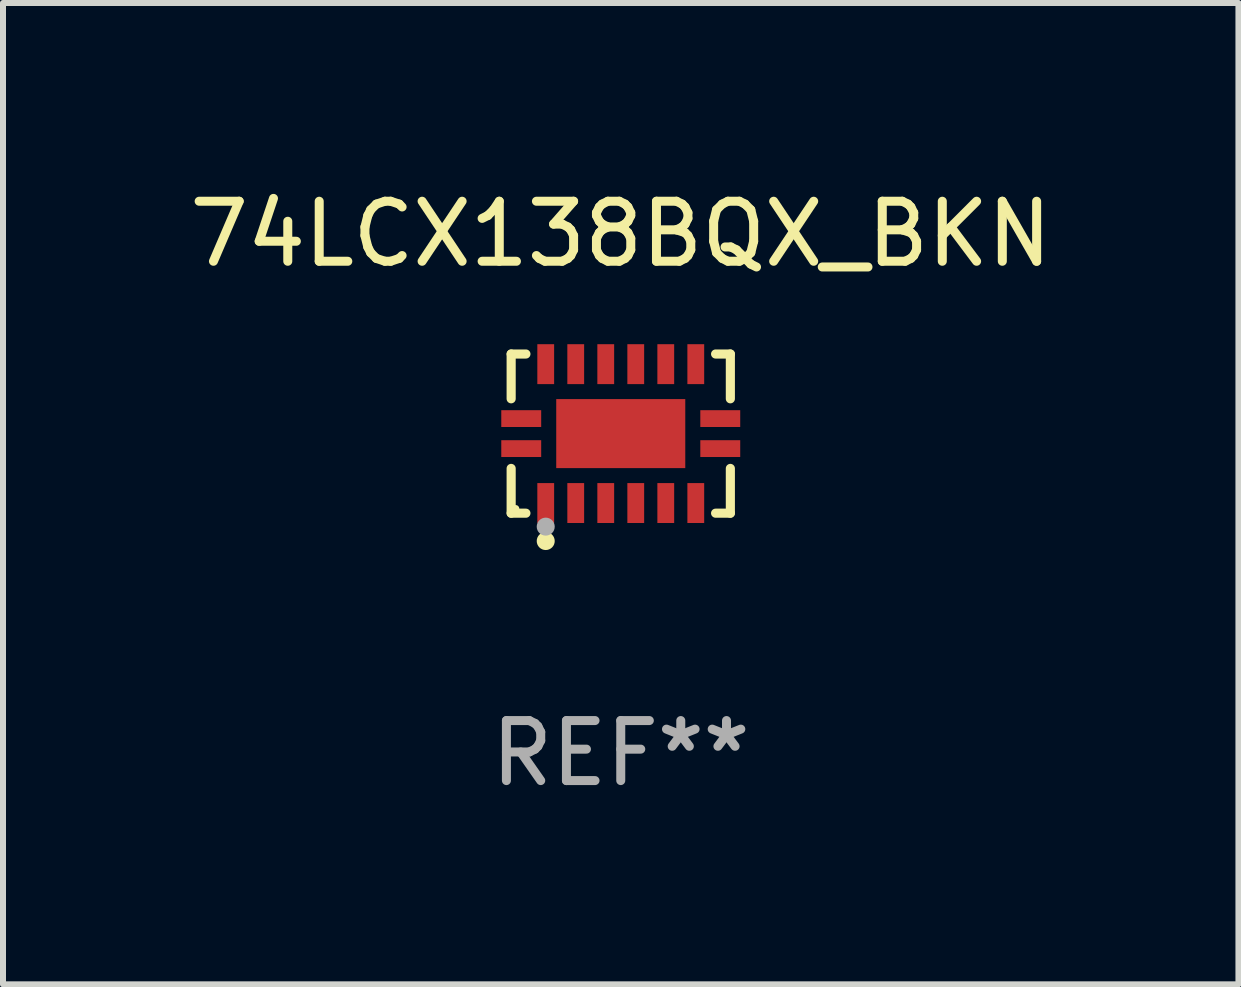
<source format=kicad_pcb>
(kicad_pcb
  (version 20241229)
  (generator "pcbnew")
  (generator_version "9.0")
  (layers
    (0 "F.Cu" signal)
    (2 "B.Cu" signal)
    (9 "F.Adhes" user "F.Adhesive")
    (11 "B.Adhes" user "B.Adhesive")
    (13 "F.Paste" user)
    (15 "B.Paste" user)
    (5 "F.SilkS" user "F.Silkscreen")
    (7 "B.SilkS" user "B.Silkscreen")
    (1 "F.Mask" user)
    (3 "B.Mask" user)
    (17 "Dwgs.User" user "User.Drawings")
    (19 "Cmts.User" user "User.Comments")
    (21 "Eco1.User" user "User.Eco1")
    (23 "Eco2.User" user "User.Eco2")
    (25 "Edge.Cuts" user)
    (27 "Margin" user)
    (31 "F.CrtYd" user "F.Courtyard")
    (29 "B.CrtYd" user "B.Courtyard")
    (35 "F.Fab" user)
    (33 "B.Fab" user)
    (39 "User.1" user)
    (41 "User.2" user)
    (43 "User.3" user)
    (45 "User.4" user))
  (footprint "74LCX138BQX_BKN"
    (layer "F.Cu")
    (at 7.292 4.174)
    (property "Reference" "74LCX138BQX_BKN" (at 0 -3.326 0) (layer "F.SilkS") (effects (font (size 1 1) (thickness 0.15))))
    (attr through_hole)
    (fp_line (start -1.826 -1.326) (end -1.58 -1.326) (stroke (width 0.152) (type solid)) (layer "F.SilkS"))
    (fp_line (start -1.826 -0.58) (end -1.826 -1.326) (stroke (width 0.152) (type solid)) (layer "F.SilkS"))
    (fp_line (start -1.826 0.58) (end -1.826 1.326) (stroke (width 0.152) (type solid)) (layer "F.SilkS"))
    (fp_line (start -1.826 1.326) (end -1.58 1.326) (stroke (width 0.152) (type solid)) (layer "F.SilkS"))
    (fp_line (start 1.826 -1.326) (end 1.58 -1.326) (stroke (width 0.152) (type solid)) (layer "F.SilkS"))
    (fp_line (start 1.826 -0.58) (end 1.826 -1.326) (stroke (width 0.152) (type solid)) (layer "F.SilkS"))
    (fp_line (start 1.826 0.58) (end 1.826 1.326) (stroke (width 0.152) (type solid)) (layer "F.SilkS"))
    (fp_line (start 1.826 1.326) (end 1.58 1.326) (stroke (width 0.152) (type solid)) (layer "F.SilkS"))
    (fp_circle (center -1.75 1.25) (end -1.72 1.25) (stroke (width 0.06) (type solid)) (fill no) (layer "F.SilkS"))
    (fp_circle (center -1.25 1.79) (end -1.175 1.79) (stroke (width 0.15) (type solid)) (fill no) (layer "F.SilkS"))
    (fp_circle (center -1.25 1.55) (end -1.175 1.55) (stroke (width 0.15) (type solid)) (fill no) (layer "F.Fab"))
    (fp_text user "REF**" (at 0 5.326 0) (layer "F.Fab") (effects (font (size 1 1) (thickness 0.15))))
    (pad "1" smd rect (at -1.658 0.25) (size 0.665 0.28) (layers "F.Cu" "F.Mask" "F.Paste"))
    (pad "2" smd rect (at -1.25 1.157) (size 0.28 0.665) (layers "F.Cu" "F.Mask" "F.Paste"))
    (pad "3" smd rect (at -0.75 1.157) (size 0.28 0.665) (layers "F.Cu" "F.Mask" "F.Paste"))
    (pad "4" smd rect (at -0.25 1.157) (size 0.28 0.665) (layers "F.Cu" "F.Mask" "F.Paste"))
    (pad "5" smd rect (at 0.25 1.157) (size 0.28 0.665) (layers "F.Cu" "F.Mask" "F.Paste"))
    (pad "6" smd rect (at 0.75 1.157) (size 0.28 0.665) (layers "F.Cu" "F.Mask" "F.Paste"))
    (pad "7" smd rect (at 1.25 1.157) (size 0.28 0.665) (layers "F.Cu" "F.Mask" "F.Paste"))
    (pad "8" smd rect (at 1.658 0.25) (size 0.665 0.28) (layers "F.Cu" "F.Mask" "F.Paste"))
    (pad "9" smd rect (at 1.658 -0.25) (size 0.665 0.28) (layers "F.Cu" "F.Mask" "F.Paste"))
    (pad "10" smd rect (at 1.25 -1.157) (size 0.28 0.665) (layers "F.Cu" "F.Mask" "F.Paste"))
    (pad "11" smd rect (at 0.75 -1.157) (size 0.28 0.665) (layers "F.Cu" "F.Mask" "F.Paste"))
    (pad "12" smd rect (at 0.25 -1.157) (size 0.28 0.665) (layers "F.Cu" "F.Mask" "F.Paste"))
    (pad "13" smd rect (at -0.25 -1.157) (size 0.28 0.665) (layers "F.Cu" "F.Mask" "F.Paste"))
    (pad "14" smd rect (at -0.75 -1.157) (size 0.28 0.665) (layers "F.Cu" "F.Mask" "F.Paste"))
    (pad "15" smd rect (at -1.25 -1.157) (size 0.28 0.665) (layers "F.Cu" "F.Mask" "F.Paste"))
    (pad "16" smd rect (at -1.658 -0.25) (size 0.665 0.28) (layers "F.Cu" "F.Mask" "F.Paste"))
    (pad "17" smd rect (at 0 0) (size 2.15 1.15) (layers "F.Cu" "F.Mask" "F.Paste")))
  (gr_rect
    (start -3 -3)
    (end 17.583 13.349)
    (stroke (width 0.1) (type default))
    (fill no)
    (layer "Edge.Cuts")))
</source>
